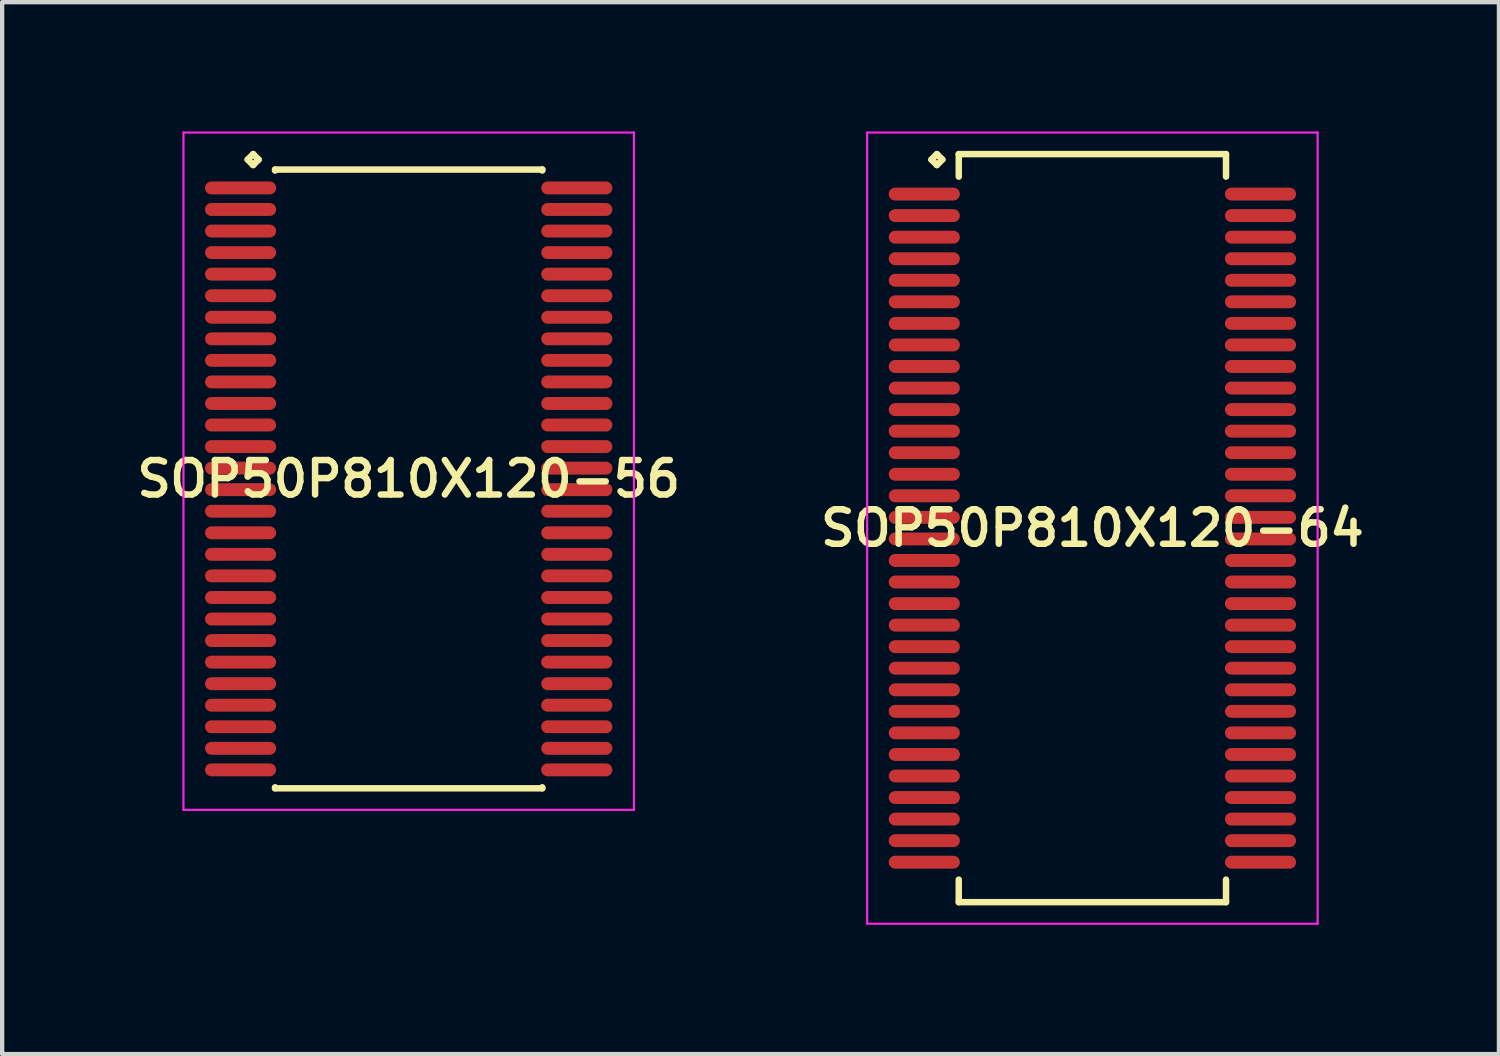
<source format=kicad_pcb>
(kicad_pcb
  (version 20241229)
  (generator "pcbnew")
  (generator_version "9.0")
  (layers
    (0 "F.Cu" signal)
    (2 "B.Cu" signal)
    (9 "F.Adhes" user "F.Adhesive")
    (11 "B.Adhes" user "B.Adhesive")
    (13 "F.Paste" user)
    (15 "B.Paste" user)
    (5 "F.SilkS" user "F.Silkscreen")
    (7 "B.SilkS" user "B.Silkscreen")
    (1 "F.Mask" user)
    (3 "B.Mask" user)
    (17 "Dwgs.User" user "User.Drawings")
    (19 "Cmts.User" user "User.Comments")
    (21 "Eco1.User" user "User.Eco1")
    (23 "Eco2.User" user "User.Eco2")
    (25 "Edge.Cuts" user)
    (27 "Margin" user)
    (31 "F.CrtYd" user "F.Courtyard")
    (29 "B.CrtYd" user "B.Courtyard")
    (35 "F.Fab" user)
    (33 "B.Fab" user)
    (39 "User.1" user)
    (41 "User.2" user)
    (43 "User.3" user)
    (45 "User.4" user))
  (footprint "SOP50P810X120-64"
    (layer "F.Cu")
    (at 22.292 9.202)
    (property "Reference" "SOP50P810X120-64" (at 0 0 0) (layer "F.SilkS") (effects (font (size 0.8 0.8) (thickness 0.15))))
    (attr smd)
    (fp_line (start -3.735 -8.55) (end -3.608 -8.677) (stroke (width 0.15) (type solid)) (layer "F.SilkS"))
    (fp_line (start -3.608 -8.677) (end -3.481 -8.55) (stroke (width 0.15) (type solid)) (layer "F.SilkS"))
    (fp_line (start -3.608 -8.423) (end -3.735 -8.55) (stroke (width 0.15) (type solid)) (layer "F.SilkS"))
    (fp_line (start -3.481 -8.55) (end -3.608 -8.423) (stroke (width 0.15) (type solid)) (layer "F.SilkS"))
    (fp_line (start -3.1 -8.677) (end 3.1 -8.677) (stroke (width 0.15) (type solid)) (layer "F.SilkS"))
    (fp_line (start -3.1 -8.154) (end -3.1 -8.677) (stroke (width 0.15) (type solid)) (layer "F.SilkS"))
    (fp_line (start -3.1 8.154) (end -3.1 8.677) (stroke (width 0.15) (type solid)) (layer "F.SilkS"))
    (fp_line (start -3.1 8.677) (end 3.1 8.677) (stroke (width 0.15) (type solid)) (layer "F.SilkS"))
    (fp_line (start 3.1 -8.677) (end 3.1 -8.154) (stroke (width 0.15) (type solid)) (layer "F.SilkS"))
    (fp_line (start 3.1 8.677) (end 3.1 8.154) (stroke (width 0.15) (type solid)) (layer "F.SilkS"))
    (fp_line (start -5.225 -9.177) (end 5.225 -9.177) (stroke (width 0.05) (type solid)) (layer "F.CrtYd"))
    (fp_line (start -5.225 9.177) (end -5.225 -9.177) (stroke (width 0.05) (type solid)) (layer "F.CrtYd"))
    (fp_line (start 5.225 -9.177) (end 5.225 9.177) (stroke (width 0.05) (type solid)) (layer "F.CrtYd"))
    (fp_line (start 5.225 9.177) (end -5.225 9.177) (stroke (width 0.05) (type solid)) (layer "F.CrtYd"))
    (pad "1" smd oval (at -3.9 -7.75) (size 1.65 0.3) (layers "F.Cu" "F.Mask" "F.Paste"))
    (pad "2" smd oval (at -3.9 -7.25) (size 1.65 0.3) (layers "F.Cu" "F.Mask" "F.Paste"))
    (pad "3" smd oval (at -3.9 -6.75) (size 1.65 0.3) (layers "F.Cu" "F.Mask" "F.Paste"))
    (pad "4" smd oval (at -3.9 -6.25) (size 1.65 0.3) (layers "F.Cu" "F.Mask" "F.Paste"))
    (pad "5" smd oval (at -3.9 -5.75) (size 1.65 0.3) (layers "F.Cu" "F.Mask" "F.Paste"))
    (pad "6" smd oval (at -3.9 -5.25) (size 1.65 0.3) (layers "F.Cu" "F.Mask" "F.Paste"))
    (pad "7" smd oval (at -3.9 -4.75) (size 1.65 0.3) (layers "F.Cu" "F.Mask" "F.Paste"))
    (pad "8" smd oval (at -3.9 -4.25) (size 1.65 0.3) (layers "F.Cu" "F.Mask" "F.Paste"))
    (pad "9" smd oval (at -3.9 -3.75) (size 1.65 0.3) (layers "F.Cu" "F.Mask" "F.Paste"))
    (pad "10" smd oval (at -3.9 -3.25) (size 1.65 0.3) (layers "F.Cu" "F.Mask" "F.Paste"))
    (pad "11" smd oval (at -3.9 -2.75) (size 1.65 0.3) (layers "F.Cu" "F.Mask" "F.Paste"))
    (pad "12" smd oval (at -3.9 -2.25) (size 1.65 0.3) (layers "F.Cu" "F.Mask" "F.Paste"))
    (pad "13" smd oval (at -3.9 -1.75) (size 1.65 0.3) (layers "F.Cu" "F.Mask" "F.Paste"))
    (pad "14" smd oval (at -3.9 -1.25) (size 1.65 0.3) (layers "F.Cu" "F.Mask" "F.Paste"))
    (pad "15" smd oval (at -3.9 -0.75) (size 1.65 0.3) (layers "F.Cu" "F.Mask" "F.Paste"))
    (pad "16" smd oval (at -3.9 -0.25) (size 1.65 0.3) (layers "F.Cu" "F.Mask" "F.Paste"))
    (pad "17" smd oval (at -3.9 0.25) (size 1.65 0.3) (layers "F.Cu" "F.Mask" "F.Paste"))
    (pad "18" smd oval (at -3.9 0.75) (size 1.65 0.3) (layers "F.Cu" "F.Mask" "F.Paste"))
    (pad "19" smd oval (at -3.9 1.25) (size 1.65 0.3) (layers "F.Cu" "F.Mask" "F.Paste"))
    (pad "20" smd oval (at -3.9 1.75) (size 1.65 0.3) (layers "F.Cu" "F.Mask" "F.Paste"))
    (pad "21" smd oval (at -3.9 2.25) (size 1.65 0.3) (layers "F.Cu" "F.Mask" "F.Paste"))
    (pad "22" smd oval (at -3.9 2.75) (size 1.65 0.3) (layers "F.Cu" "F.Mask" "F.Paste"))
    (pad "23" smd oval (at -3.9 3.25) (size 1.65 0.3) (layers "F.Cu" "F.Mask" "F.Paste"))
    (pad "24" smd oval (at -3.9 3.75) (size 1.65 0.3) (layers "F.Cu" "F.Mask" "F.Paste"))
    (pad "25" smd oval (at -3.9 4.25) (size 1.65 0.3) (layers "F.Cu" "F.Mask" "F.Paste"))
    (pad "26" smd oval (at -3.9 4.75) (size 1.65 0.3) (layers "F.Cu" "F.Mask" "F.Paste"))
    (pad "27" smd oval (at -3.9 5.25) (size 1.65 0.3) (layers "F.Cu" "F.Mask" "F.Paste"))
    (pad "28" smd oval (at -3.9 5.75) (size 1.65 0.3) (layers "F.Cu" "F.Mask" "F.Paste"))
    (pad "29" smd oval (at -3.9 6.25) (size 1.65 0.3) (layers "F.Cu" "F.Mask" "F.Paste"))
    (pad "30" smd oval (at -3.9 6.75) (size 1.65 0.3) (layers "F.Cu" "F.Mask" "F.Paste"))
    (pad "31" smd oval (at -3.9 7.25) (size 1.65 0.3) (layers "F.Cu" "F.Mask" "F.Paste"))
    (pad "32" smd oval (at -3.9 7.75) (size 1.65 0.3) (layers "F.Cu" "F.Mask" "F.Paste"))
    (pad "33" smd oval (at 3.9 7.75) (size 1.65 0.3) (layers "F.Cu" "F.Mask" "F.Paste"))
    (pad "34" smd oval (at 3.9 7.25) (size 1.65 0.3) (layers "F.Cu" "F.Mask" "F.Paste"))
    (pad "35" smd oval (at 3.9 6.75) (size 1.65 0.3) (layers "F.Cu" "F.Mask" "F.Paste"))
    (pad "36" smd oval (at 3.9 6.25) (size 1.65 0.3) (layers "F.Cu" "F.Mask" "F.Paste"))
    (pad "37" smd oval (at 3.9 5.75) (size 1.65 0.3) (layers "F.Cu" "F.Mask" "F.Paste"))
    (pad "38" smd oval (at 3.9 5.25) (size 1.65 0.3) (layers "F.Cu" "F.Mask" "F.Paste"))
    (pad "39" smd oval (at 3.9 4.75) (size 1.65 0.3) (layers "F.Cu" "F.Mask" "F.Paste"))
    (pad "40" smd oval (at 3.9 4.25) (size 1.65 0.3) (layers "F.Cu" "F.Mask" "F.Paste"))
    (pad "41" smd oval (at 3.9 3.75) (size 1.65 0.3) (layers "F.Cu" "F.Mask" "F.Paste"))
    (pad "42" smd oval (at 3.9 3.25) (size 1.65 0.3) (layers "F.Cu" "F.Mask" "F.Paste"))
    (pad "43" smd oval (at 3.9 2.75) (size 1.65 0.3) (layers "F.Cu" "F.Mask" "F.Paste"))
    (pad "44" smd oval (at 3.9 2.25) (size 1.65 0.3) (layers "F.Cu" "F.Mask" "F.Paste"))
    (pad "45" smd oval (at 3.9 1.75) (size 1.65 0.3) (layers "F.Cu" "F.Mask" "F.Paste"))
    (pad "46" smd oval (at 3.9 1.25) (size 1.65 0.3) (layers "F.Cu" "F.Mask" "F.Paste"))
    (pad "47" smd oval (at 3.9 0.75) (size 1.65 0.3) (layers "F.Cu" "F.Mask" "F.Paste"))
    (pad "48" smd oval (at 3.9 0.25) (size 1.65 0.3) (layers "F.Cu" "F.Mask" "F.Paste"))
    (pad "49" smd oval (at 3.9 -0.25) (size 1.65 0.3) (layers "F.Cu" "F.Mask" "F.Paste"))
    (pad "50" smd oval (at 3.9 -0.75) (size 1.65 0.3) (layers "F.Cu" "F.Mask" "F.Paste"))
    (pad "51" smd oval (at 3.9 -1.25) (size 1.65 0.3) (layers "F.Cu" "F.Mask" "F.Paste"))
    (pad "52" smd oval (at 3.9 -1.75) (size 1.65 0.3) (layers "F.Cu" "F.Mask" "F.Paste"))
    (pad "53" smd oval (at 3.9 -2.25) (size 1.65 0.3) (layers "F.Cu" "F.Mask" "F.Paste"))
    (pad "54" smd oval (at 3.9 -2.75) (size 1.65 0.3) (layers "F.Cu" "F.Mask" "F.Paste"))
    (pad "55" smd oval (at 3.9 -3.25) (size 1.65 0.3) (layers "F.Cu" "F.Mask" "F.Paste"))
    (pad "56" smd oval (at 3.9 -3.75) (size 1.65 0.3) (layers "F.Cu" "F.Mask" "F.Paste"))
    (pad "57" smd oval (at 3.9 -4.25) (size 1.65 0.3) (layers "F.Cu" "F.Mask" "F.Paste"))
    (pad "58" smd oval (at 3.9 -4.75) (size 1.65 0.3) (layers "F.Cu" "F.Mask" "F.Paste"))
    (pad "59" smd oval (at 3.9 -5.25) (size 1.65 0.3) (layers "F.Cu" "F.Mask" "F.Paste"))
    (pad "60" smd oval (at 3.9 -5.75) (size 1.65 0.3) (layers "F.Cu" "F.Mask" "F.Paste"))
    (pad "61" smd oval (at 3.9 -6.25) (size 1.65 0.3) (layers "F.Cu" "F.Mask" "F.Paste"))
    (pad "62" smd oval (at 3.9 -6.75) (size 1.65 0.3) (layers "F.Cu" "F.Mask" "F.Paste"))
    (pad "63" smd oval (at 3.9 -7.25) (size 1.65 0.3) (layers "F.Cu" "F.Mask" "F.Paste"))
    (pad "64" smd oval (at 3.9 -7.75) (size 1.65 0.3) (layers "F.Cu" "F.Mask" "F.Paste")))
  (footprint "SOP50P810X120-56"
    (layer "F.Cu")
    (at 6.431 8.06)
    (property "Reference" "SOP50P810X120-56" (at 0 0 0) (layer "F.SilkS") (effects (font (size 0.8 0.8) (thickness 0.15))))
    (attr smd)
    (fp_line (start -3.735 -7.408) (end -3.608 -7.535) (stroke (width 0.15) (type solid)) (layer "F.SilkS"))
    (fp_line (start -3.608 -7.535) (end -3.481 -7.408) (stroke (width 0.15) (type solid)) (layer "F.SilkS"))
    (fp_line (start -3.608 -7.281) (end -3.735 -7.408) (stroke (width 0.15) (type solid)) (layer "F.SilkS"))
    (fp_line (start -3.481 -7.408) (end -3.608 -7.281) (stroke (width 0.15) (type solid)) (layer "F.SilkS"))
    (fp_line (start -3.1 -7.177) (end 3.1 -7.177) (stroke (width 0.15) (type solid)) (layer "F.SilkS"))
    (fp_line (start -3.1 -7.154) (end -3.1 -7.177) (stroke (width 0.15) (type solid)) (layer "F.SilkS"))
    (fp_line (start -3.1 7.154) (end -3.1 7.177) (stroke (width 0.15) (type solid)) (layer "F.SilkS"))
    (fp_line (start -3.1 7.177) (end 3.1 7.177) (stroke (width 0.15) (type solid)) (layer "F.SilkS"))
    (fp_line (start 3.1 -7.177) (end 3.1 -7.154) (stroke (width 0.15) (type solid)) (layer "F.SilkS"))
    (fp_line (start 3.1 7.177) (end 3.1 7.154) (stroke (width 0.15) (type solid)) (layer "F.SilkS"))
    (fp_line (start -5.225 -8.035) (end 5.225 -8.035) (stroke (width 0.05) (type solid)) (layer "F.CrtYd"))
    (fp_line (start -5.225 7.677) (end -5.225 -8.035) (stroke (width 0.05) (type solid)) (layer "F.CrtYd"))
    (fp_line (start 5.225 -8.035) (end 5.225 7.677) (stroke (width 0.05) (type solid)) (layer "F.CrtYd"))
    (fp_line (start 5.225 7.677) (end -5.225 7.677) (stroke (width 0.05) (type solid)) (layer "F.CrtYd"))
    (pad "1" smd oval (at -3.9 -6.75) (size 1.65 0.3) (layers "F.Cu" "F.Mask" "F.Paste"))
    (pad "2" smd oval (at -3.9 -6.25) (size 1.65 0.3) (layers "F.Cu" "F.Mask" "F.Paste"))
    (pad "3" smd oval (at -3.9 -5.75) (size 1.65 0.3) (layers "F.Cu" "F.Mask" "F.Paste"))
    (pad "4" smd oval (at -3.9 -5.25) (size 1.65 0.3) (layers "F.Cu" "F.Mask" "F.Paste"))
    (pad "5" smd oval (at -3.9 -4.75) (size 1.65 0.3) (layers "F.Cu" "F.Mask" "F.Paste"))
    (pad "6" smd oval (at -3.9 -4.25) (size 1.65 0.3) (layers "F.Cu" "F.Mask" "F.Paste"))
    (pad "7" smd oval (at -3.9 -3.75) (size 1.65 0.3) (layers "F.Cu" "F.Mask" "F.Paste"))
    (pad "8" smd oval (at -3.9 -3.25) (size 1.65 0.3) (layers "F.Cu" "F.Mask" "F.Paste"))
    (pad "9" smd oval (at -3.9 -2.75) (size 1.65 0.3) (layers "F.Cu" "F.Mask" "F.Paste"))
    (pad "10" smd oval (at -3.9 -2.25) (size 1.65 0.3) (layers "F.Cu" "F.Mask" "F.Paste"))
    (pad "11" smd oval (at -3.9 -1.75) (size 1.65 0.3) (layers "F.Cu" "F.Mask" "F.Paste"))
    (pad "12" smd oval (at -3.9 -1.25) (size 1.65 0.3) (layers "F.Cu" "F.Mask" "F.Paste"))
    (pad "13" smd oval (at -3.9 -0.75) (size 1.65 0.3) (layers "F.Cu" "F.Mask" "F.Paste"))
    (pad "14" smd oval (at -3.9 -0.25) (size 1.65 0.3) (layers "F.Cu" "F.Mask" "F.Paste"))
    (pad "15" smd oval (at -3.9 0.25) (size 1.65 0.3) (layers "F.Cu" "F.Mask" "F.Paste"))
    (pad "16" smd oval (at -3.9 0.75) (size 1.65 0.3) (layers "F.Cu" "F.Mask" "F.Paste"))
    (pad "17" smd oval (at -3.9 1.25) (size 1.65 0.3) (layers "F.Cu" "F.Mask" "F.Paste"))
    (pad "18" smd oval (at -3.9 1.75) (size 1.65 0.3) (layers "F.Cu" "F.Mask" "F.Paste"))
    (pad "19" smd oval (at -3.9 2.25) (size 1.65 0.3) (layers "F.Cu" "F.Mask" "F.Paste"))
    (pad "20" smd oval (at -3.9 2.75) (size 1.65 0.3) (layers "F.Cu" "F.Mask" "F.Paste"))
    (pad "21" smd oval (at -3.9 3.25) (size 1.65 0.3) (layers "F.Cu" "F.Mask" "F.Paste"))
    (pad "22" smd oval (at -3.9 3.75) (size 1.65 0.3) (layers "F.Cu" "F.Mask" "F.Paste"))
    (pad "23" smd oval (at -3.9 4.25) (size 1.65 0.3) (layers "F.Cu" "F.Mask" "F.Paste"))
    (pad "24" smd oval (at -3.9 4.75) (size 1.65 0.3) (layers "F.Cu" "F.Mask" "F.Paste"))
    (pad "25" smd oval (at -3.9 5.25) (size 1.65 0.3) (layers "F.Cu" "F.Mask" "F.Paste"))
    (pad "26" smd oval (at -3.9 5.75) (size 1.65 0.3) (layers "F.Cu" "F.Mask" "F.Paste"))
    (pad "27" smd oval (at -3.9 6.25) (size 1.65 0.3) (layers "F.Cu" "F.Mask" "F.Paste"))
    (pad "28" smd oval (at -3.9 6.75) (size 1.65 0.3) (layers "F.Cu" "F.Mask" "F.Paste"))
    (pad "29" smd oval (at 3.9 6.75) (size 1.65 0.3) (layers "F.Cu" "F.Mask" "F.Paste"))
    (pad "30" smd oval (at 3.9 6.25) (size 1.65 0.3) (layers "F.Cu" "F.Mask" "F.Paste"))
    (pad "31" smd oval (at 3.9 5.75) (size 1.65 0.3) (layers "F.Cu" "F.Mask" "F.Paste"))
    (pad "32" smd oval (at 3.9 5.25) (size 1.65 0.3) (layers "F.Cu" "F.Mask" "F.Paste"))
    (pad "33" smd oval (at 3.9 4.75) (size 1.65 0.3) (layers "F.Cu" "F.Mask" "F.Paste"))
    (pad "34" smd oval (at 3.9 4.25) (size 1.65 0.3) (layers "F.Cu" "F.Mask" "F.Paste"))
    (pad "35" smd oval (at 3.9 3.75) (size 1.65 0.3) (layers "F.Cu" "F.Mask" "F.Paste"))
    (pad "36" smd oval (at 3.9 3.25) (size 1.65 0.3) (layers "F.Cu" "F.Mask" "F.Paste"))
    (pad "37" smd oval (at 3.9 2.75) (size 1.65 0.3) (layers "F.Cu" "F.Mask" "F.Paste"))
    (pad "38" smd oval (at 3.9 2.25) (size 1.65 0.3) (layers "F.Cu" "F.Mask" "F.Paste"))
    (pad "39" smd oval (at 3.9 1.75) (size 1.65 0.3) (layers "F.Cu" "F.Mask" "F.Paste"))
    (pad "40" smd oval (at 3.9 1.25) (size 1.65 0.3) (layers "F.Cu" "F.Mask" "F.Paste"))
    (pad "41" smd oval (at 3.9 0.75) (size 1.65 0.3) (layers "F.Cu" "F.Mask" "F.Paste"))
    (pad "42" smd oval (at 3.9 0.25) (size 1.65 0.3) (layers "F.Cu" "F.Mask" "F.Paste"))
    (pad "43" smd oval (at 3.9 -0.25) (size 1.65 0.3) (layers "F.Cu" "F.Mask" "F.Paste"))
    (pad "44" smd oval (at 3.9 -0.75) (size 1.65 0.3) (layers "F.Cu" "F.Mask" "F.Paste"))
    (pad "45" smd oval (at 3.9 -1.25) (size 1.65 0.3) (layers "F.Cu" "F.Mask" "F.Paste"))
    (pad "46" smd oval (at 3.9 -1.75) (size 1.65 0.3) (layers "F.Cu" "F.Mask" "F.Paste"))
    (pad "47" smd oval (at 3.9 -2.25) (size 1.65 0.3) (layers "F.Cu" "F.Mask" "F.Paste"))
    (pad "48" smd oval (at 3.9 -2.75) (size 1.65 0.3) (layers "F.Cu" "F.Mask" "F.Paste"))
    (pad "49" smd oval (at 3.9 -3.25) (size 1.65 0.3) (layers "F.Cu" "F.Mask" "F.Paste"))
    (pad "50" smd oval (at 3.9 -3.75) (size 1.65 0.3) (layers "F.Cu" "F.Mask" "F.Paste"))
    (pad "51" smd oval (at 3.9 -4.25) (size 1.65 0.3) (layers "F.Cu" "F.Mask" "F.Paste"))
    (pad "52" smd oval (at 3.9 -4.75) (size 1.65 0.3) (layers "F.Cu" "F.Mask" "F.Paste"))
    (pad "53" smd oval (at 3.9 -5.25) (size 1.65 0.3) (layers "F.Cu" "F.Mask" "F.Paste"))
    (pad "54" smd oval (at 3.9 -5.75) (size 1.65 0.3) (layers "F.Cu" "F.Mask" "F.Paste"))
    (pad "55" smd oval (at 3.9 -6.25) (size 1.65 0.3) (layers "F.Cu" "F.Mask" "F.Paste"))
    (pad "56" smd oval (at 3.9 -6.75) (size 1.65 0.3) (layers "F.Cu" "F.Mask" "F.Paste")))
  (gr_rect
    (start -3 -3)
    (end 31.723 21.404)
    (stroke (width 0.1) (type default))
    (fill no)
    (layer "Edge.Cuts")))
</source>
